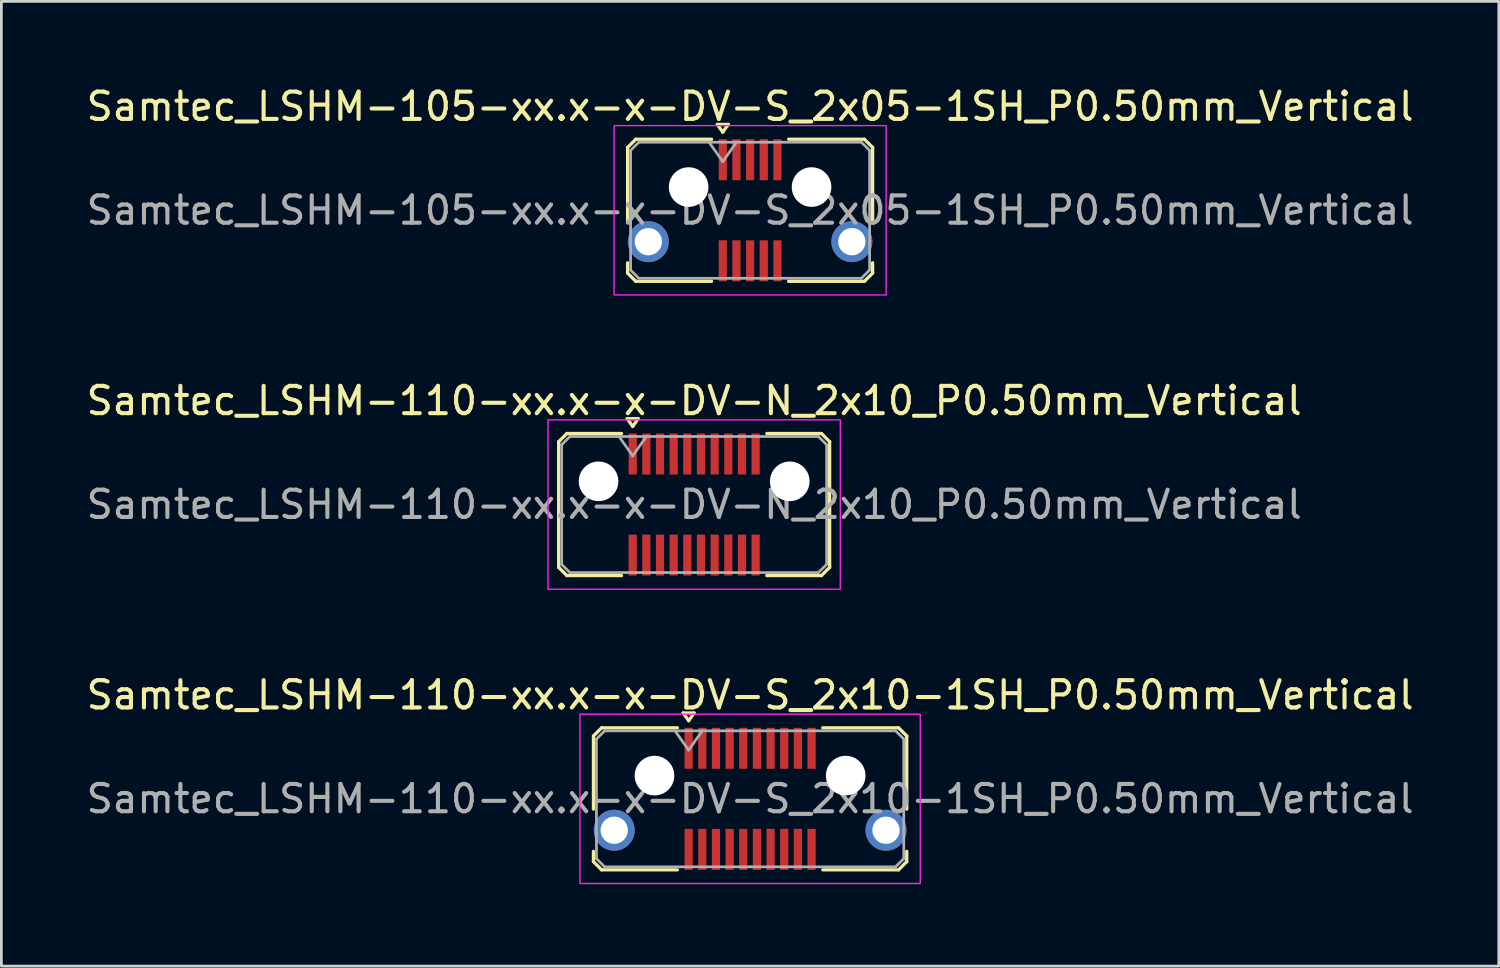
<source format=kicad_pcb>
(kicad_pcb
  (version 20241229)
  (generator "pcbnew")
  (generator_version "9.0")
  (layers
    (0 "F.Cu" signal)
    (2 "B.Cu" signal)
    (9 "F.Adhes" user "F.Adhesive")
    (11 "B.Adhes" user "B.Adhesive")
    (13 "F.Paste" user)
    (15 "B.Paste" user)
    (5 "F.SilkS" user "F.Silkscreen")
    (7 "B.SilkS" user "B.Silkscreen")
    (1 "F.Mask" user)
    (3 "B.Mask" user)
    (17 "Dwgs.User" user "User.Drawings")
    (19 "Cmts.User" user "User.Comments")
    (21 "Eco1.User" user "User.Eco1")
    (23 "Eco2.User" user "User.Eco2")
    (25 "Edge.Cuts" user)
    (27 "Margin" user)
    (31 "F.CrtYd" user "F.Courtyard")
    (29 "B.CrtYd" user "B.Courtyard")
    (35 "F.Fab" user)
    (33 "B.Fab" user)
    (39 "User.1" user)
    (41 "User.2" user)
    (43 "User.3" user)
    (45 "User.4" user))
  (footprint "Samtec_LSHM-105-xx.x-x-DV-S_2x05-1SH_P0.50mm_Vertical"
    (layer "F.Cu")
    (at 24.411 4.648)
    (property "Reference" "Samtec_LSHM-105-xx.x-x-DV-S_2x05-1SH_P0.50mm_Vertical" (at 0 -3.8 0) (layer "F.SilkS") (effects (font (size 1 1) (thickness 0.15))))
    (attr smd)
    (fp_line (start -4.485 -2.3) (end -4.485 0.377) (stroke (width 0.12) (type solid)) (layer "F.SilkS"))
    (fp_line (start -4.485 1.923) (end -4.485 2.3) (stroke (width 0.12) (type solid)) (layer "F.SilkS"))
    (fp_line (start -4.485 2.3) (end -4.185 2.6) (stroke (width 0.12) (type solid)) (layer "F.SilkS"))
    (fp_line (start -4.185 -2.6) (end -4.485 -2.3) (stroke (width 0.12) (type solid)) (layer "F.SilkS"))
    (fp_line (start -4.185 2.6) (end -1.41 2.6) (stroke (width 0.12) (type solid)) (layer "F.SilkS"))
    (fp_line (start -1.41 -2.6) (end -4.185 -2.6) (stroke (width 0.12) (type solid)) (layer "F.SilkS"))
    (fp_line (start -1.2 -3.143) (end -0.8 -3.143) (stroke (width 0.12) (type solid)) (layer "F.SilkS"))
    (fp_line (start -1 -2.86) (end -1.2 -3.143) (stroke (width 0.12) (type solid)) (layer "F.SilkS"))
    (fp_line (start -0.8 -3.143) (end -1 -2.86) (stroke (width 0.12) (type solid)) (layer "F.SilkS"))
    (fp_line (start 1.41 -2.6) (end 4.185 -2.6) (stroke (width 0.12) (type solid)) (layer "F.SilkS"))
    (fp_line (start 4.185 -2.6) (end 4.485 -2.3) (stroke (width 0.12) (type solid)) (layer "F.SilkS"))
    (fp_line (start 4.185 2.6) (end 1.41 2.6) (stroke (width 0.12) (type solid)) (layer "F.SilkS"))
    (fp_line (start 4.485 -2.3) (end 4.485 0.377) (stroke (width 0.12) (type solid)) (layer "F.SilkS"))
    (fp_line (start 4.485 1.923) (end 4.485 2.3) (stroke (width 0.12) (type solid)) (layer "F.SilkS"))
    (fp_line (start 4.485 2.3) (end 4.185 2.6) (stroke (width 0.12) (type solid)) (layer "F.SilkS"))
    (fp_rect (start -4.98 -3.1) (end 4.98 3.1) (stroke (width 0.05) (type solid)) (fill no) (layer "F.CrtYd"))
    (fp_line (start -4.375 -2.19) (end -4.375 2.19) (stroke (width 0.1) (type solid)) (layer "F.Fab"))
    (fp_line (start -4.375 2.19) (end -4.075 2.49) (stroke (width 0.1) (type solid)) (layer "F.Fab"))
    (fp_line (start -4.075 -2.49) (end -4.375 -2.19) (stroke (width 0.1) (type solid)) (layer "F.Fab"))
    (fp_line (start -4.075 2.49) (end 0 2.49) (stroke (width 0.1) (type solid)) (layer "F.Fab"))
    (fp_line (start -1.5 -2.49) (end -1 -1.783) (stroke (width 0.1) (type solid)) (layer "F.Fab"))
    (fp_line (start -1 -1.783) (end -0.5 -2.49) (stroke (width 0.1) (type solid)) (layer "F.Fab"))
    (fp_line (start 0 -2.49) (end -4.075 -2.49) (stroke (width 0.1) (type solid)) (layer "F.Fab"))
    (fp_line (start 0 -2.49) (end 4.075 -2.49) (stroke (width 0.1) (type solid)) (layer "F.Fab"))
    (fp_line (start 4.075 -2.49) (end 4.375 -2.19) (stroke (width 0.1) (type solid)) (layer "F.Fab"))
    (fp_line (start 4.075 2.49) (end 0 2.49) (stroke (width 0.1) (type solid)) (layer "F.Fab"))
    (fp_line (start 4.375 -2.19) (end 4.375 2.19) (stroke (width 0.1) (type solid)) (layer "F.Fab"))
    (fp_line (start 4.375 2.19) (end 4.075 2.49) (stroke (width 0.1) (type solid)) (layer "F.Fab"))
    (fp_text user "${REFERENCE}" (at 0 0 0) (layer "F.Fab") (effects (font (size 1 1) (thickness 0.15))))
    (pad "" np_thru_hole circle (at -2.25 -0.85) (size 1.45 1.45) (drill 1.45) (layers "*.Cu" "*.Mask"))
    (pad "" np_thru_hole circle (at 2.25 -0.85) (size 1.45 1.45) (drill 1.45) (layers "*.Cu" "*.Mask"))
    (pad "1" smd rect (at -1 -1.85) (size 0.3 1.5) (layers "F.Cu" "F.Mask" "F.Paste"))
    (pad "2" smd rect (at -1 1.85) (size 0.3 1.5) (layers "F.Cu" "F.Mask" "F.Paste"))
    (pad "3" smd rect (at -0.5 -1.85) (size 0.3 1.5) (layers "F.Cu" "F.Mask" "F.Paste"))
    (pad "4" smd rect (at -0.5 1.85) (size 0.3 1.5) (layers "F.Cu" "F.Mask" "F.Paste"))
    (pad "5" smd rect (at 0 -1.85) (size 0.3 1.5) (layers "F.Cu" "F.Mask" "F.Paste"))
    (pad "6" smd rect (at 0 1.85) (size 0.3 1.5) (layers "F.Cu" "F.Mask" "F.Paste"))
    (pad "7" smd rect (at 0.5 -1.85) (size 0.3 1.5) (layers "F.Cu" "F.Mask" "F.Paste"))
    (pad "8" smd rect (at 0.5 1.85) (size 0.3 1.5) (layers "F.Cu" "F.Mask" "F.Paste"))
    (pad "9" smd rect (at 1 -1.85) (size 0.3 1.5) (layers "F.Cu" "F.Mask" "F.Paste"))
    (pad "10" smd rect (at 1 1.85) (size 0.3 1.5) (layers "F.Cu" "F.Mask" "F.Paste"))
    (pad "SH" thru_hole circle (at -3.725 1.15) (size 1.5 1.5) (drill 1) (layers "*.Cu" "*.Mask"))
    (pad "SH" thru_hole circle (at 3.725 1.15) (size 1.5 1.5) (drill 1) (layers "*.Cu" "*.Mask")))
  (footprint "Samtec_LSHM-110-xx.x-x-DV-N_2x10_P0.50mm_Vertical"
    (layer "F.Cu")
    (at 22.363 15.421)
    (property "Reference" "Samtec_LSHM-110-xx.x-x-DV-N_2x10_P0.50mm_Vertical" (at 0 -3.8 0) (layer "F.SilkS") (effects (font (size 1 1) (thickness 0.15))))
    (attr smd)
    (fp_line (start -4.96 -2.3) (end -4.96 2.3) (stroke (width 0.12) (type solid)) (layer "F.SilkS"))
    (fp_line (start -4.96 2.3) (end -4.66 2.6) (stroke (width 0.12) (type solid)) (layer "F.SilkS"))
    (fp_line (start -4.66 -2.6) (end -4.96 -2.3) (stroke (width 0.12) (type solid)) (layer "F.SilkS"))
    (fp_line (start -4.66 2.6) (end -2.66 2.6) (stroke (width 0.12) (type solid)) (layer "F.SilkS"))
    (fp_line (start -2.66 -2.6) (end -4.66 -2.6) (stroke (width 0.12) (type solid)) (layer "F.SilkS"))
    (fp_line (start -2.45 -3.143) (end -2.05 -3.143) (stroke (width 0.12) (type solid)) (layer "F.SilkS"))
    (fp_line (start -2.25 -2.86) (end -2.45 -3.143) (stroke (width 0.12) (type solid)) (layer "F.SilkS"))
    (fp_line (start -2.05 -3.143) (end -2.25 -2.86) (stroke (width 0.12) (type solid)) (layer "F.SilkS"))
    (fp_line (start 2.66 -2.6) (end 4.66 -2.6) (stroke (width 0.12) (type solid)) (layer "F.SilkS"))
    (fp_line (start 4.66 -2.6) (end 4.96 -2.3) (stroke (width 0.12) (type solid)) (layer "F.SilkS"))
    (fp_line (start 4.66 2.6) (end 2.66 2.6) (stroke (width 0.12) (type solid)) (layer "F.SilkS"))
    (fp_line (start 4.96 -2.3) (end 4.96 2.3) (stroke (width 0.12) (type solid)) (layer "F.SilkS"))
    (fp_line (start 4.96 2.3) (end 4.66 2.6) (stroke (width 0.12) (type solid)) (layer "F.SilkS"))
    (fp_rect (start -5.35 -3.1) (end 5.35 3.1) (stroke (width 0.05) (type solid)) (fill no) (layer "F.CrtYd"))
    (fp_line (start -4.85 -2.19) (end -4.85 2.19) (stroke (width 0.1) (type solid)) (layer "F.Fab"))
    (fp_line (start -4.85 2.19) (end -4.55 2.49) (stroke (width 0.1) (type solid)) (layer "F.Fab"))
    (fp_line (start -4.55 -2.49) (end -4.85 -2.19) (stroke (width 0.1) (type solid)) (layer "F.Fab"))
    (fp_line (start -4.55 2.49) (end 0 2.49) (stroke (width 0.1) (type solid)) (layer "F.Fab"))
    (fp_line (start -2.75 -2.49) (end -2.25 -1.783) (stroke (width 0.1) (type solid)) (layer "F.Fab"))
    (fp_line (start -2.25 -1.783) (end -1.75 -2.49) (stroke (width 0.1) (type solid)) (layer "F.Fab"))
    (fp_line (start 0 -2.49) (end -4.55 -2.49) (stroke (width 0.1) (type solid)) (layer "F.Fab"))
    (fp_line (start 0 -2.49) (end 4.55 -2.49) (stroke (width 0.1) (type solid)) (layer "F.Fab"))
    (fp_line (start 4.55 -2.49) (end 4.85 -2.19) (stroke (width 0.1) (type solid)) (layer "F.Fab"))
    (fp_line (start 4.55 2.49) (end 0 2.49) (stroke (width 0.1) (type solid)) (layer "F.Fab"))
    (fp_line (start 4.85 -2.19) (end 4.85 2.19) (stroke (width 0.1) (type solid)) (layer "F.Fab"))
    (fp_line (start 4.85 2.19) (end 4.55 2.49) (stroke (width 0.1) (type solid)) (layer "F.Fab"))
    (fp_text user "${REFERENCE}" (at 0 0 0) (layer "F.Fab") (effects (font (size 1 1) (thickness 0.15))))
    (pad "" np_thru_hole circle (at -3.5 -0.85) (size 1.45 1.45) (drill 1.45) (layers "*.Cu" "*.Mask"))
    (pad "" np_thru_hole circle (at 3.5 -0.85) (size 1.45 1.45) (drill 1.45) (layers "*.Cu" "*.Mask"))
    (pad "1" smd rect (at -2.25 -1.85) (size 0.3 1.5) (layers "F.Cu" "F.Mask" "F.Paste"))
    (pad "2" smd rect (at -2.25 1.85) (size 0.3 1.5) (layers "F.Cu" "F.Mask" "F.Paste"))
    (pad "3" smd rect (at -1.75 -1.85) (size 0.3 1.5) (layers "F.Cu" "F.Mask" "F.Paste"))
    (pad "4" smd rect (at -1.75 1.85) (size 0.3 1.5) (layers "F.Cu" "F.Mask" "F.Paste"))
    (pad "5" smd rect (at -1.25 -1.85) (size 0.3 1.5) (layers "F.Cu" "F.Mask" "F.Paste"))
    (pad "6" smd rect (at -1.25 1.85) (size 0.3 1.5) (layers "F.Cu" "F.Mask" "F.Paste"))
    (pad "7" smd rect (at -0.75 -1.85) (size 0.3 1.5) (layers "F.Cu" "F.Mask" "F.Paste"))
    (pad "8" smd rect (at -0.75 1.85) (size 0.3 1.5) (layers "F.Cu" "F.Mask" "F.Paste"))
    (pad "9" smd rect (at -0.25 -1.85) (size 0.3 1.5) (layers "F.Cu" "F.Mask" "F.Paste"))
    (pad "10" smd rect (at -0.25 1.85) (size 0.3 1.5) (layers "F.Cu" "F.Mask" "F.Paste"))
    (pad "11" smd rect (at 0.25 -1.85) (size 0.3 1.5) (layers "F.Cu" "F.Mask" "F.Paste"))
    (pad "12" smd rect (at 0.25 1.85) (size 0.3 1.5) (layers "F.Cu" "F.Mask" "F.Paste"))
    (pad "13" smd rect (at 0.75 -1.85) (size 0.3 1.5) (layers "F.Cu" "F.Mask" "F.Paste"))
    (pad "14" smd rect (at 0.75 1.85) (size 0.3 1.5) (layers "F.Cu" "F.Mask" "F.Paste"))
    (pad "15" smd rect (at 1.25 -1.85) (size 0.3 1.5) (layers "F.Cu" "F.Mask" "F.Paste"))
    (pad "16" smd rect (at 1.25 1.85) (size 0.3 1.5) (layers "F.Cu" "F.Mask" "F.Paste"))
    (pad "17" smd rect (at 1.75 -1.85) (size 0.3 1.5) (layers "F.Cu" "F.Mask" "F.Paste"))
    (pad "18" smd rect (at 1.75 1.85) (size 0.3 1.5) (layers "F.Cu" "F.Mask" "F.Paste"))
    (pad "19" smd rect (at 2.25 -1.85) (size 0.3 1.5) (layers "F.Cu" "F.Mask" "F.Paste"))
    (pad "20" smd rect (at 2.25 1.85) (size 0.3 1.5) (layers "F.Cu" "F.Mask" "F.Paste")))
  (footprint "Samtec_LSHM-110-xx.x-x-DV-S_2x10-1SH_P0.50mm_Vertical"
    (layer "F.Cu")
    (at 24.411 26.195)
    (property "Reference" "Samtec_LSHM-110-xx.x-x-DV-S_2x10-1SH_P0.50mm_Vertical" (at 0 -3.8 0) (layer "F.SilkS") (effects (font (size 1 1) (thickness 0.15))))
    (attr smd)
    (fp_line (start -5.735 -2.3) (end -5.735 0.377) (stroke (width 0.12) (type solid)) (layer "F.SilkS"))
    (fp_line (start -5.735 1.923) (end -5.735 2.3) (stroke (width 0.12) (type solid)) (layer "F.SilkS"))
    (fp_line (start -5.735 2.3) (end -5.435 2.6) (stroke (width 0.12) (type solid)) (layer "F.SilkS"))
    (fp_line (start -5.435 -2.6) (end -5.735 -2.3) (stroke (width 0.12) (type solid)) (layer "F.SilkS"))
    (fp_line (start -5.435 2.6) (end -2.66 2.6) (stroke (width 0.12) (type solid)) (layer "F.SilkS"))
    (fp_line (start -2.66 -2.6) (end -5.435 -2.6) (stroke (width 0.12) (type solid)) (layer "F.SilkS"))
    (fp_line (start -2.45 -3.143) (end -2.05 -3.143) (stroke (width 0.12) (type solid)) (layer "F.SilkS"))
    (fp_line (start -2.25 -2.86) (end -2.45 -3.143) (stroke (width 0.12) (type solid)) (layer "F.SilkS"))
    (fp_line (start -2.05 -3.143) (end -2.25 -2.86) (stroke (width 0.12) (type solid)) (layer "F.SilkS"))
    (fp_line (start 2.66 -2.6) (end 5.435 -2.6) (stroke (width 0.12) (type solid)) (layer "F.SilkS"))
    (fp_line (start 5.435 -2.6) (end 5.735 -2.3) (stroke (width 0.12) (type solid)) (layer "F.SilkS"))
    (fp_line (start 5.435 2.6) (end 2.66 2.6) (stroke (width 0.12) (type solid)) (layer "F.SilkS"))
    (fp_line (start 5.735 -2.3) (end 5.735 0.377) (stroke (width 0.12) (type solid)) (layer "F.SilkS"))
    (fp_line (start 5.735 1.923) (end 5.735 2.3) (stroke (width 0.12) (type solid)) (layer "F.SilkS"))
    (fp_line (start 5.735 2.3) (end 5.435 2.6) (stroke (width 0.12) (type solid)) (layer "F.SilkS"))
    (fp_rect (start -6.23 -3.1) (end 6.23 3.1) (stroke (width 0.05) (type solid)) (fill no) (layer "F.CrtYd"))
    (fp_line (start -5.625 -2.19) (end -5.625 2.19) (stroke (width 0.1) (type solid)) (layer "F.Fab"))
    (fp_line (start -5.625 2.19) (end -5.325 2.49) (stroke (width 0.1) (type solid)) (layer "F.Fab"))
    (fp_line (start -5.325 -2.49) (end -5.625 -2.19) (stroke (width 0.1) (type solid)) (layer "F.Fab"))
    (fp_line (start -5.325 2.49) (end 0 2.49) (stroke (width 0.1) (type solid)) (layer "F.Fab"))
    (fp_line (start -2.75 -2.49) (end -2.25 -1.783) (stroke (width 0.1) (type solid)) (layer "F.Fab"))
    (fp_line (start -2.25 -1.783) (end -1.75 -2.49) (stroke (width 0.1) (type solid)) (layer "F.Fab"))
    (fp_line (start 0 -2.49) (end -5.325 -2.49) (stroke (width 0.1) (type solid)) (layer "F.Fab"))
    (fp_line (start 0 -2.49) (end 5.325 -2.49) (stroke (width 0.1) (type solid)) (layer "F.Fab"))
    (fp_line (start 5.325 -2.49) (end 5.625 -2.19) (stroke (width 0.1) (type solid)) (layer "F.Fab"))
    (fp_line (start 5.325 2.49) (end 0 2.49) (stroke (width 0.1) (type solid)) (layer "F.Fab"))
    (fp_line (start 5.625 -2.19) (end 5.625 2.19) (stroke (width 0.1) (type solid)) (layer "F.Fab"))
    (fp_line (start 5.625 2.19) (end 5.325 2.49) (stroke (width 0.1) (type solid)) (layer "F.Fab"))
    (fp_text user "${REFERENCE}" (at 0 0 0) (layer "F.Fab") (effects (font (size 1 1) (thickness 0.15))))
    (pad "" np_thru_hole circle (at -3.5 -0.85) (size 1.45 1.45) (drill 1.45) (layers "*.Cu" "*.Mask"))
    (pad "" np_thru_hole circle (at 3.5 -0.85) (size 1.45 1.45) (drill 1.45) (layers "*.Cu" "*.Mask"))
    (pad "1" smd rect (at -2.25 -1.85) (size 0.3 1.5) (layers "F.Cu" "F.Mask" "F.Paste"))
    (pad "2" smd rect (at -2.25 1.85) (size 0.3 1.5) (layers "F.Cu" "F.Mask" "F.Paste"))
    (pad "3" smd rect (at -1.75 -1.85) (size 0.3 1.5) (layers "F.Cu" "F.Mask" "F.Paste"))
    (pad "4" smd rect (at -1.75 1.85) (size 0.3 1.5) (layers "F.Cu" "F.Mask" "F.Paste"))
    (pad "5" smd rect (at -1.25 -1.85) (size 0.3 1.5) (layers "F.Cu" "F.Mask" "F.Paste"))
    (pad "6" smd rect (at -1.25 1.85) (size 0.3 1.5) (layers "F.Cu" "F.Mask" "F.Paste"))
    (pad "7" smd rect (at -0.75 -1.85) (size 0.3 1.5) (layers "F.Cu" "F.Mask" "F.Paste"))
    (pad "8" smd rect (at -0.75 1.85) (size 0.3 1.5) (layers "F.Cu" "F.Mask" "F.Paste"))
    (pad "9" smd rect (at -0.25 -1.85) (size 0.3 1.5) (layers "F.Cu" "F.Mask" "F.Paste"))
    (pad "10" smd rect (at -0.25 1.85) (size 0.3 1.5) (layers "F.Cu" "F.Mask" "F.Paste"))
    (pad "11" smd rect (at 0.25 -1.85) (size 0.3 1.5) (layers "F.Cu" "F.Mask" "F.Paste"))
    (pad "12" smd rect (at 0.25 1.85) (size 0.3 1.5) (layers "F.Cu" "F.Mask" "F.Paste"))
    (pad "13" smd rect (at 0.75 -1.85) (size 0.3 1.5) (layers "F.Cu" "F.Mask" "F.Paste"))
    (pad "14" smd rect (at 0.75 1.85) (size 0.3 1.5) (layers "F.Cu" "F.Mask" "F.Paste"))
    (pad "15" smd rect (at 1.25 -1.85) (size 0.3 1.5) (layers "F.Cu" "F.Mask" "F.Paste"))
    (pad "16" smd rect (at 1.25 1.85) (size 0.3 1.5) (layers "F.Cu" "F.Mask" "F.Paste"))
    (pad "17" smd rect (at 1.75 -1.85) (size 0.3 1.5) (layers "F.Cu" "F.Mask" "F.Paste"))
    (pad "18" smd rect (at 1.75 1.85) (size 0.3 1.5) (layers "F.Cu" "F.Mask" "F.Paste"))
    (pad "19" smd rect (at 2.25 -1.85) (size 0.3 1.5) (layers "F.Cu" "F.Mask" "F.Paste"))
    (pad "20" smd rect (at 2.25 1.85) (size 0.3 1.5) (layers "F.Cu" "F.Mask" "F.Paste"))
    (pad "SH" thru_hole circle (at -4.975 1.15) (size 1.5 1.5) (drill 1) (layers "*.Cu" "*.Mask"))
    (pad "SH" thru_hole circle (at 4.975 1.15) (size 1.5 1.5) (drill 1) (layers "*.Cu" "*.Mask")))
  (gr_rect
    (start -3 -3)
    (end 51.821 32.32)
    (stroke (width 0.1) (type default))
    (fill no)
    (layer "Edge.Cuts")))
</source>
